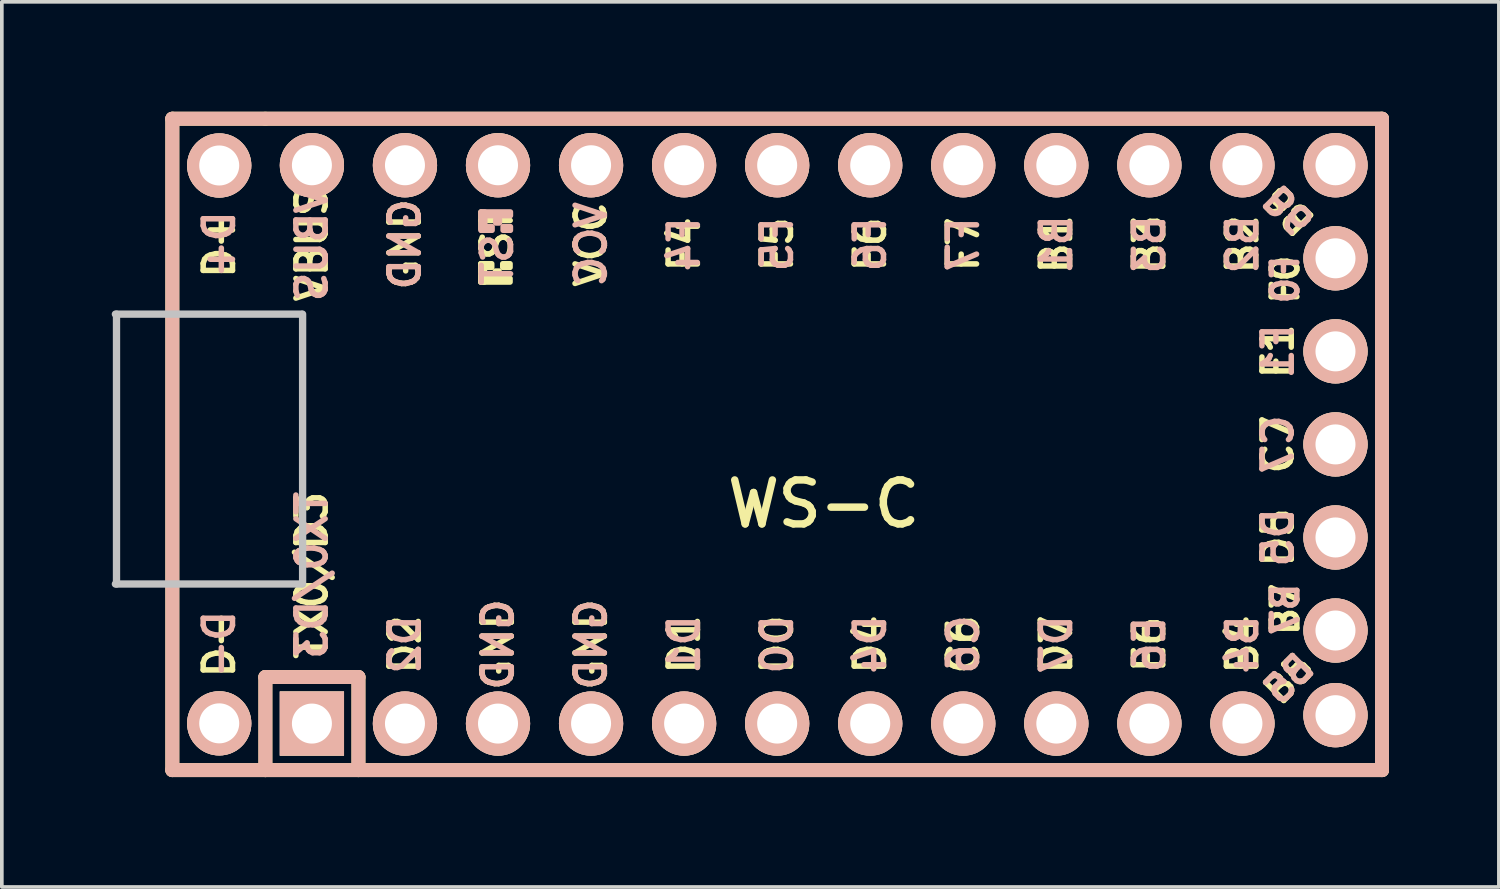
<source format=kicad_pcb>
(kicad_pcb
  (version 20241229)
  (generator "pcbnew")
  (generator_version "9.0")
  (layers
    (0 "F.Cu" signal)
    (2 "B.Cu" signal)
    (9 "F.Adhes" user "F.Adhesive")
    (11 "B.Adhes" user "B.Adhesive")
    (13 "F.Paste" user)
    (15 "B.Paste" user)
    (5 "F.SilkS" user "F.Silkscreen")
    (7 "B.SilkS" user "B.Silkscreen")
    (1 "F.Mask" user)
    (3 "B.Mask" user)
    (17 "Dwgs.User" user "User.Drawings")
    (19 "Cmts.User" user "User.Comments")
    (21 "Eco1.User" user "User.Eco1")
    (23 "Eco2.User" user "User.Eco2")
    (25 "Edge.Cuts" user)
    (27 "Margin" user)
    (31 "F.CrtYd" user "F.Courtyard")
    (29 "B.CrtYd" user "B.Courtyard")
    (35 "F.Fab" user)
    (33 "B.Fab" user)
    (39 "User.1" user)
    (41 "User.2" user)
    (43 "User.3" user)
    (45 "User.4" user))
  (footprint "WS-C"
    (layer "F.Cu")
    (at 19.434 9.081)
    (property "Reference" "WS-C" (at 0 1.625 0) (layer "F.SilkS") (effects (font (size 1.2 1.2) (thickness 0.203))))
    (attr through_hole)
    (fp_line (start -17.78 -8.89) (end -17.78 8.89) (stroke (width 0.381) (type solid)) (layer "F.SilkS"))
    (fp_line (start -17.78 8.89) (end -15.24 8.89) (stroke (width 0.381) (type solid)) (layer "F.SilkS"))
    (fp_line (start -15.24 -8.89) (end -17.78 -8.89) (stroke (width 0.381) (type solid)) (layer "F.SilkS"))
    (fp_line (start -15.24 6.35) (end -15.24 8.89) (stroke (width 0.381) (type solid)) (layer "F.SilkS"))
    (fp_line (start -15.24 6.35) (end -12.7 6.35) (stroke (width 0.381) (type solid)) (layer "F.SilkS"))
    (fp_line (start -15.24 8.89) (end 15.24 8.89) (stroke (width 0.381) (type solid)) (layer "F.SilkS"))
    (fp_line (start -12.7 6.35) (end -12.7 8.89) (stroke (width 0.381) (type solid)) (layer "F.SilkS"))
    (fp_line (start 15.24 -8.89) (end -15.24 -8.89) (stroke (width 0.381) (type solid)) (layer "F.SilkS"))
    (fp_line (start 15.24 8.89) (end 15.24 -8.89) (stroke (width 0.381) (type solid)) (layer "F.SilkS"))
    (fp_poly (pts (xy -9.361 -4.932) (xy -9.261 -4.932) (xy -9.261 -4.432) (xy -9.361 -4.432)) (stroke (width 0.15) (type solid)) (fill yes) (layer "F.SilkS"))
    (fp_poly (pts (xy -9.361 -4.932) (xy -9.061 -4.932) (xy -9.061 -4.832) (xy -9.361 -4.832)) (stroke (width 0.15) (type solid)) (fill yes) (layer "F.SilkS"))
    (fp_poly (pts (xy -9.361 -4.532) (xy -8.561 -4.532) (xy -8.561 -4.432) (xy -9.361 -4.432)) (stroke (width 0.15) (type solid)) (fill yes) (layer "F.SilkS"))
    (fp_poly (pts (xy -8.961 -4.732) (xy -8.861 -4.732) (xy -8.861 -4.632) (xy -8.961 -4.632)) (stroke (width 0.15) (type solid)) (fill yes) (layer "F.SilkS"))
    (fp_poly (pts (xy -8.761 -4.932) (xy -8.561 -4.932) (xy -8.561 -4.832) (xy -8.761 -4.832)) (stroke (width 0.15) (type solid)) (fill yes) (layer "F.SilkS"))
    (fp_line (start -17.78 -8.89) (end -17.78 8.89) (stroke (width 0.381) (type solid)) (layer "B.SilkS"))
    (fp_line (start -17.78 8.89) (end 15.24 8.89) (stroke (width 0.381) (type solid)) (layer "B.SilkS"))
    (fp_line (start -15.24 6.35) (end -15.24 8.89) (stroke (width 0.381) (type solid)) (layer "B.SilkS"))
    (fp_line (start -15.24 6.35) (end -12.7 6.35) (stroke (width 0.381) (type solid)) (layer "B.SilkS"))
    (fp_line (start -12.7 6.35) (end -12.7 8.89) (stroke (width 0.381) (type solid)) (layer "B.SilkS"))
    (fp_line (start 15.24 -8.89) (end -17.78 -8.89) (stroke (width 0.381) (type solid)) (layer "B.SilkS"))
    (fp_line (start 15.24 8.89) (end 15.24 -8.89) (stroke (width 0.381) (type solid)) (layer "B.SilkS"))
    (fp_poly (pts (xy -9.351 -6.245) (xy -8.551 -6.245) (xy -8.551 -6.345) (xy -9.351 -6.345)) (stroke (width 0.15) (type solid)) (fill yes) (layer "B.SilkS"))
    (fp_poly (pts (xy -9.351 -5.845) (xy -9.251 -5.845) (xy -9.251 -6.345) (xy -9.351 -6.345)) (stroke (width 0.15) (type solid)) (fill yes) (layer "B.SilkS"))
    (fp_poly (pts (xy -9.351 -5.845) (xy -9.051 -5.845) (xy -9.051 -5.945) (xy -9.351 -5.945)) (stroke (width 0.15) (type solid)) (fill yes) (layer "B.SilkS"))
    (fp_poly (pts (xy -8.951 -6.045) (xy -8.851 -6.045) (xy -8.851 -6.145) (xy -8.951 -6.145)) (stroke (width 0.15) (type solid)) (fill yes) (layer "B.SilkS"))
    (fp_poly (pts (xy -8.751 -5.845) (xy -8.551 -5.845) (xy -8.551 -5.945) (xy -8.751 -5.945)) (stroke (width 0.15) (type solid)) (fill yes) (layer "B.SilkS"))
    (fp_line (start -19.334 -3.556) (end -14.254 -3.556) (stroke (width 0.2) (type solid)) (layer "Dwgs.User"))
    (fp_line (start -19.304 3.81) (end -19.304 -3.556) (stroke (width 0.2) (type solid)) (layer "Dwgs.User"))
    (fp_line (start -14.254 3.81) (end -19.334 3.81) (stroke (width 0.2) (type solid)) (layer "Dwgs.User"))
    (fp_line (start -14.224 -3.556) (end -14.224 3.81) (stroke (width 0.2) (type solid)) (layer "Dwgs.User"))
    (fp_text user "GND" (at -8.89 5.461 90) (layer "F.SilkS") (effects (font (size 0.8 0.8) (thickness 0.15))))
    (fp_text user "F0" (at 12.6 -4.5 90) (layer "F.SilkS") (effects (font (size 0.7 0.7) (thickness 0.15))))
    (fp_text user "C7" (at 12.4 0 90) (layer "F.SilkS") (effects (font (size 0.8 0.8) (thickness 0.15))))
    (fp_text user "D2" (at -11.43 5.461 90) (layer "F.SilkS") (effects (font (size 0.8 0.8) (thickness 0.15))))
    (fp_text user "VCC" (at -6.35 -5.461 90) (layer "F.SilkS") (effects (font (size 0.8 0.8) (thickness 0.15))))
    (fp_text user "B3" (at 8.89 -5.461 90) (layer "F.SilkS") (effects (font (size 0.8 0.8) (thickness 0.15))))
    (fp_text user "D-" (at -16.5 5.45 90) (layer "F.SilkS") (effects (font (size 0.8 0.8) (thickness 0.15))))
    (fp_text user "VBUS" (at -13.97 -5.461 90) (layer "F.SilkS") (effects (font (size 0.8 0.8) (thickness 0.15))))
    (fp_text user "F4" (at -3.81 -5.461 90) (layer "F.SilkS") (effects (font (size 0.8 0.8) (thickness 0.15))))
    (fp_text user "E6" (at 8.89 5.461 90) (layer "F.SilkS") (effects (font (size 0.8 0.8) (thickness 0.15))))
    (fp_text user "ST" (at -8.92 -5.733 90) (layer "F.SilkS") (effects (font (size 0.8 0.8) (thickness 0.15))))
    (fp_text user "B4" (at 11.43 5.461 90) (layer "F.SilkS") (effects (font (size 0.8 0.8) (thickness 0.15))))
    (fp_text user "D+" (at -16.5 -5.455 90) (layer "F.SilkS") (effects (font (size 0.8 0.8) (thickness 0.15))))
    (fp_text user "F1" (at 12.4 -2.54 90) (layer "F.SilkS") (effects (font (size 0.8 0.8) (thickness 0.15))))
    (fp_text user "C6" (at 3.81 5.461 90) (layer "F.SilkS") (effects (font (size 0.8 0.8) (thickness 0.15))))
    (fp_text user "D0" (at -1.27 5.461 90) (layer "F.SilkS") (effects (font (size 0.8 0.8) (thickness 0.15))))
    (fp_text user "D1" (at -3.81 5.461 90) (layer "F.SilkS") (effects (font (size 0.8 0.8) (thickness 0.15))))
    (fp_text user "GND" (at -6.35 5.461 90) (layer "F.SilkS") (effects (font (size 0.8 0.8) (thickness 0.15))))
    (fp_text user "D5" (at 12.4 2.54 90) (layer "F.SilkS") (effects (font (size 0.8 0.8) (thickness 0.15))))
    (fp_text user "F5" (at -1.27 -5.461 90) (layer "F.SilkS") (effects (font (size 0.8 0.8) (thickness 0.15))))
    (fp_text user "B5" (at 12.7 6.4 45) (layer "F.SilkS") (effects (font (size 0.7 0.7) (thickness 0.15))))
    (fp_text user "D7" (at 6.35 5.461 90) (layer "F.SilkS") (effects (font (size 0.8 0.8) (thickness 0.15))))
    (fp_text user "D4" (at 1.27 5.461 90) (layer "F.SilkS") (effects (font (size 0.8 0.8) (thickness 0.15))))
    (fp_text user "TX0/D3" (at -13.97 3.572 90) (layer "F.SilkS") (effects (font (size 0.8 0.8) (thickness 0.15))))
    (fp_text user "GND" (at -11.43 -5.461 90) (layer "F.SilkS") (effects (font (size 0.8 0.8) (thickness 0.15))))
    (fp_text user "F6" (at 1.27 -5.461 90) (layer "F.SilkS") (effects (font (size 0.8 0.8) (thickness 0.15))))
    (fp_text user "B7" (at 12.6 4.5 90) (layer "F.SilkS") (effects (font (size 0.7 0.7) (thickness 0.15))))
    (fp_text user "F7" (at 3.81 -5.461 90) (layer "F.SilkS") (effects (font (size 0.8 0.8) (thickness 0.15))))
    (fp_text user "B1" (at 6.35 -5.461 90) (layer "F.SilkS") (effects (font (size 0.8 0.8) (thickness 0.15))))
    (fp_text user "B6" (at 12.7 -6.4 135) (unlocked yes) (layer "F.SilkS") (effects (font (size 0.7 0.7) (thickness 0.15))))
    (fp_text user "B2" (at 11.43 -5.461 90) (layer "F.SilkS") (effects (font (size 0.8 0.8) (thickness 0.15))))
    (fp_text user "ST" (at -8.91 -5.04 90) (layer "B.SilkS") (effects (font (size 0.8 0.8) (thickness 0.15)) (justify mirror)))
    (fp_text user "C6" (at 3.81 5.461 90) (layer "B.SilkS") (effects (font (size 0.8 0.8) (thickness 0.15)) (justify mirror)))
    (fp_text user "D+" (at -16.5 -5.455 90) (layer "B.SilkS") (effects (font (size 0.8 0.8) (thickness 0.15)) (justify mirror)))
    (fp_text user "F0" (at 12.6 -4.5 90) (layer "B.SilkS") (effects (font (size 0.7 0.7) (thickness 0.15)) (justify mirror)))
    (fp_text user "B7" (at 12.6 4.5 90) (layer "B.SilkS") (effects (font (size 0.7 0.7) (thickness 0.15)) (justify mirror)))
    (fp_text user "GND" (at -8.89 5.461 90) (layer "B.SilkS") (effects (font (size 0.8 0.8) (thickness 0.15)) (justify mirror)))
    (fp_text user "F1" (at 12.4 -2.54 90) (layer "B.SilkS") (effects (font (size 0.8 0.8) (thickness 0.15)) (justify mirror)))
    (fp_text user "GND" (at -11.43 -5.461 90) (layer "B.SilkS") (effects (font (size 0.8 0.8) (thickness 0.15)) (justify mirror)))
    (fp_text user "B4" (at 11.43 5.461 90) (layer "B.SilkS") (effects (font (size 0.8 0.8) (thickness 0.15)) (justify mirror)))
    (fp_text user "B6" (at 12.7 -6.4 135) (unlocked yes) (layer "B.SilkS") (effects (font (size 0.7 0.7) (thickness 0.15)) (justify mirror)))
    (fp_text user "B2" (at 11.43 -5.461 90) (layer "B.SilkS") (effects (font (size 0.8 0.8) (thickness 0.15)) (justify mirror)))
    (fp_text user "D-" (at -16.5 5.45 90) (layer "B.SilkS") (effects (font (size 0.8 0.8) (thickness 0.15)) (justify mirror)))
    (fp_text user "B5" (at 12.7 6.4 45) (layer "B.SilkS") (effects (font (size 0.7 0.7) (thickness 0.15)) (justify mirror)))
    (fp_text user "TX0/D3" (at -13.97 3.572 90) (layer "B.SilkS") (effects (font (size 0.8 0.8) (thickness 0.15)) (justify mirror)))
    (fp_text user "D2" (at -11.43 5.461 90) (layer "B.SilkS") (effects (font (size 0.8 0.8) (thickness 0.15)) (justify mirror)))
    (fp_text user "D4" (at 1.27 5.461 90) (layer "B.SilkS") (effects (font (size 0.8 0.8) (thickness 0.15)) (justify mirror)))
    (fp_text user "F7" (at 3.81 -5.461 90) (layer "B.SilkS") (effects (font (size 0.8 0.8) (thickness 0.15)) (justify mirror)))
    (fp_text user "D5" (at 12.4 2.54 90) (layer "B.SilkS") (effects (font (size 0.8 0.8) (thickness 0.15)) (justify mirror)))
    (fp_text user "B1" (at 6.35 -5.461 90) (layer "B.SilkS") (effects (font (size 0.8 0.8) (thickness 0.15)) (justify mirror)))
    (fp_text user "F5" (at -1.27 -5.461 90) (layer "B.SilkS") (effects (font (size 0.8 0.8) (thickness 0.15)) (justify mirror)))
    (fp_text user "D1" (at -3.81 5.461 90) (layer "B.SilkS") (effects (font (size 0.8 0.8) (thickness 0.15)) (justify mirror)))
    (fp_text user "VCC" (at -6.35 -5.461 90) (layer "B.SilkS") (effects (font (size 0.8 0.8) (thickness 0.15)) (justify mirror)))
    (fp_text user "C7" (at 12.4 0 90) (layer "B.SilkS") (effects (font (size 0.8 0.8) (thickness 0.15)) (justify mirror)))
    (fp_text user "B3" (at 8.89 -5.461 90) (layer "B.SilkS") (effects (font (size 0.8 0.8) (thickness 0.15)) (justify mirror)))
    (fp_text user "F4" (at -3.81 -5.461 90) (layer "B.SilkS") (effects (font (size 0.8 0.8) (thickness 0.15)) (justify mirror)))
    (fp_text user "F6" (at 1.27 -5.461 90) (layer "B.SilkS") (effects (font (size 0.8 0.8) (thickness 0.15)) (justify mirror)))
    (fp_text user "D0" (at -1.27 5.461 90) (layer "B.SilkS") (effects (font (size 0.8 0.8) (thickness 0.15)) (justify mirror)))
    (fp_text user "GND" (at -6.35 5.461 90) (layer "B.SilkS") (effects (font (size 0.8 0.8) (thickness 0.15)) (justify mirror)))
    (fp_text user "VBUS" (at -13.97 -5.461 90) (layer "B.SilkS") (effects (font (size 0.8 0.8) (thickness 0.15)) (justify mirror)))
    (fp_text user "E6" (at 8.89 5.461 90) (layer "B.SilkS") (effects (font (size 0.8 0.8) (thickness 0.15)) (justify mirror)))
    (fp_text user "D7" (at 6.35 5.461 90) (layer "B.SilkS") (effects (font (size 0.8 0.8) (thickness 0.15)) (justify mirror)))
    (pad "1" thru_hole rect (at -13.97 7.62) (size 1.753 1.753) (drill 1.092) (layers "*.Cu" "*.SilkS" "*.Mask"))
    (pad "2" thru_hole circle (at -16.5 7.614) (size 1.753 1.753) (drill 1.092) (layers "*.Cu" "*.SilkS" "*.Mask"))
    (pad "2" thru_hole circle (at -11.43 7.62) (size 1.753 1.753) (drill 1.092) (layers "*.Cu" "*.SilkS" "*.Mask"))
    (pad "3" thru_hole circle (at -8.89 7.62) (size 1.753 1.753) (drill 1.092) (layers "*.Cu" "*.SilkS" "*.Mask"))
    (pad "4" thru_hole circle (at -6.35 7.62) (size 1.753 1.753) (drill 1.092) (layers "*.Cu" "*.SilkS" "*.Mask"))
    (pad "5" thru_hole circle (at -3.81 7.62) (size 1.753 1.753) (drill 1.092) (layers "*.Cu" "*.SilkS" "*.Mask"))
    (pad "6" thru_hole circle (at -1.27 7.62) (size 1.753 1.753) (drill 1.092) (layers "*.Cu" "*.SilkS" "*.Mask"))
    (pad "7" thru_hole circle (at 1.27 7.62) (size 1.753 1.753) (drill 1.092) (layers "*.Cu" "*.SilkS" "*.Mask"))
    (pad "8" thru_hole circle (at 3.81 7.62) (size 1.753 1.753) (drill 1.092) (layers "*.Cu" "*.SilkS" "*.Mask"))
    (pad "9" thru_hole circle (at 6.35 7.62) (size 1.753 1.753) (drill 1.092) (layers "*.Cu" "*.SilkS" "*.Mask"))
    (pad "10" thru_hole circle (at 8.89 7.62) (size 1.753 1.753) (drill 1.092) (layers "*.Cu" "*.SilkS" "*.Mask"))
    (pad "11" thru_hole circle (at 11.43 7.62) (size 1.753 1.753) (drill 1.092) (layers "*.Cu" "*.SilkS" "*.Mask"))
    (pad "12" thru_hole circle (at 13.97 7.391) (size 1.753 1.753) (drill 1.092) (layers "*.Cu" "*.SilkS" "*.Mask"))
    (pad "13" thru_hole circle (at 13.97 -7.62) (size 1.753 1.753) (drill 1.092) (layers "*.Cu" "*.SilkS" "*.Mask"))
    (pad "14" thru_hole circle (at 11.43 -7.62) (size 1.753 1.753) (drill 1.092) (layers "*.Cu" "*.SilkS" "*.Mask"))
    (pad "15" thru_hole circle (at 8.89 -7.62) (size 1.753 1.753) (drill 1.092) (layers "*.Cu" "*.SilkS" "*.Mask"))
    (pad "16" thru_hole circle (at 6.35 -7.62) (size 1.753 1.753) (drill 1.092) (layers "*.Cu" "*.SilkS" "*.Mask"))
    (pad "17" thru_hole circle (at 3.81 -7.62) (size 1.753 1.753) (drill 1.092) (layers "*.Cu" "*.SilkS" "*.Mask"))
    (pad "18" thru_hole circle (at 1.27 -7.62) (size 1.753 1.753) (drill 1.092) (layers "*.Cu" "*.SilkS" "*.Mask"))
    (pad "19" thru_hole circle (at -1.27 -7.62) (size 1.753 1.753) (drill 1.092) (layers "*.Cu" "*.SilkS" "*.Mask"))
    (pad "20" thru_hole circle (at -3.81 -7.62) (size 1.753 1.753) (drill 1.092) (layers "*.Cu" "*.SilkS" "*.Mask"))
    (pad "21" thru_hole circle (at -6.35 -7.62) (size 1.753 1.753) (drill 1.092) (layers "*.Cu" "*.SilkS" "*.Mask"))
    (pad "22" thru_hole circle (at -8.89 -7.62) (size 1.753 1.753) (drill 1.092) (layers "*.Cu" "*.SilkS" "*.Mask"))
    (pad "23" thru_hole circle (at -16.5 -7.614) (size 1.753 1.753) (drill 1.092) (layers "*.Cu" "*.SilkS" "*.Mask"))
    (pad "23" thru_hole circle (at -11.43 -7.62) (size 1.753 1.753) (drill 1.092) (layers "*.Cu" "*.SilkS" "*.Mask"))
    (pad "24" thru_hole circle (at -13.97 -7.62) (size 1.753 1.753) (drill 1.092) (layers "*.Cu" "*.SilkS" "*.Mask"))
    (pad "25" thru_hole circle (at 13.97 5.08) (size 1.753 1.753) (drill 1.092) (layers "*.Cu" "*.SilkS" "*.Mask"))
    (pad "26" thru_hole circle (at 13.97 2.54) (size 1.753 1.753) (drill 1.092) (layers "*.Cu" "*.SilkS" "*.Mask"))
    (pad "27" thru_hole circle (at 13.97 0) (size 1.753 1.753) (drill 1.092) (layers "*.Cu" "*.SilkS" "*.Mask"))
    (pad "28" thru_hole circle (at 13.97 -2.54) (size 1.753 1.753) (drill 1.092) (layers "*.Cu" "*.SilkS" "*.Mask"))
    (pad "29" thru_hole circle (at 13.97 -5.08) (size 1.753 1.753) (drill 1.092) (layers "*.Cu" "*.SilkS" "*.Mask")))
  (gr_rect
    (start -3 -3)
    (end 37.864 21.161)
    (stroke (width 0.1) (type default))
    (fill no)
    (layer "Edge.Cuts")))
</source>
